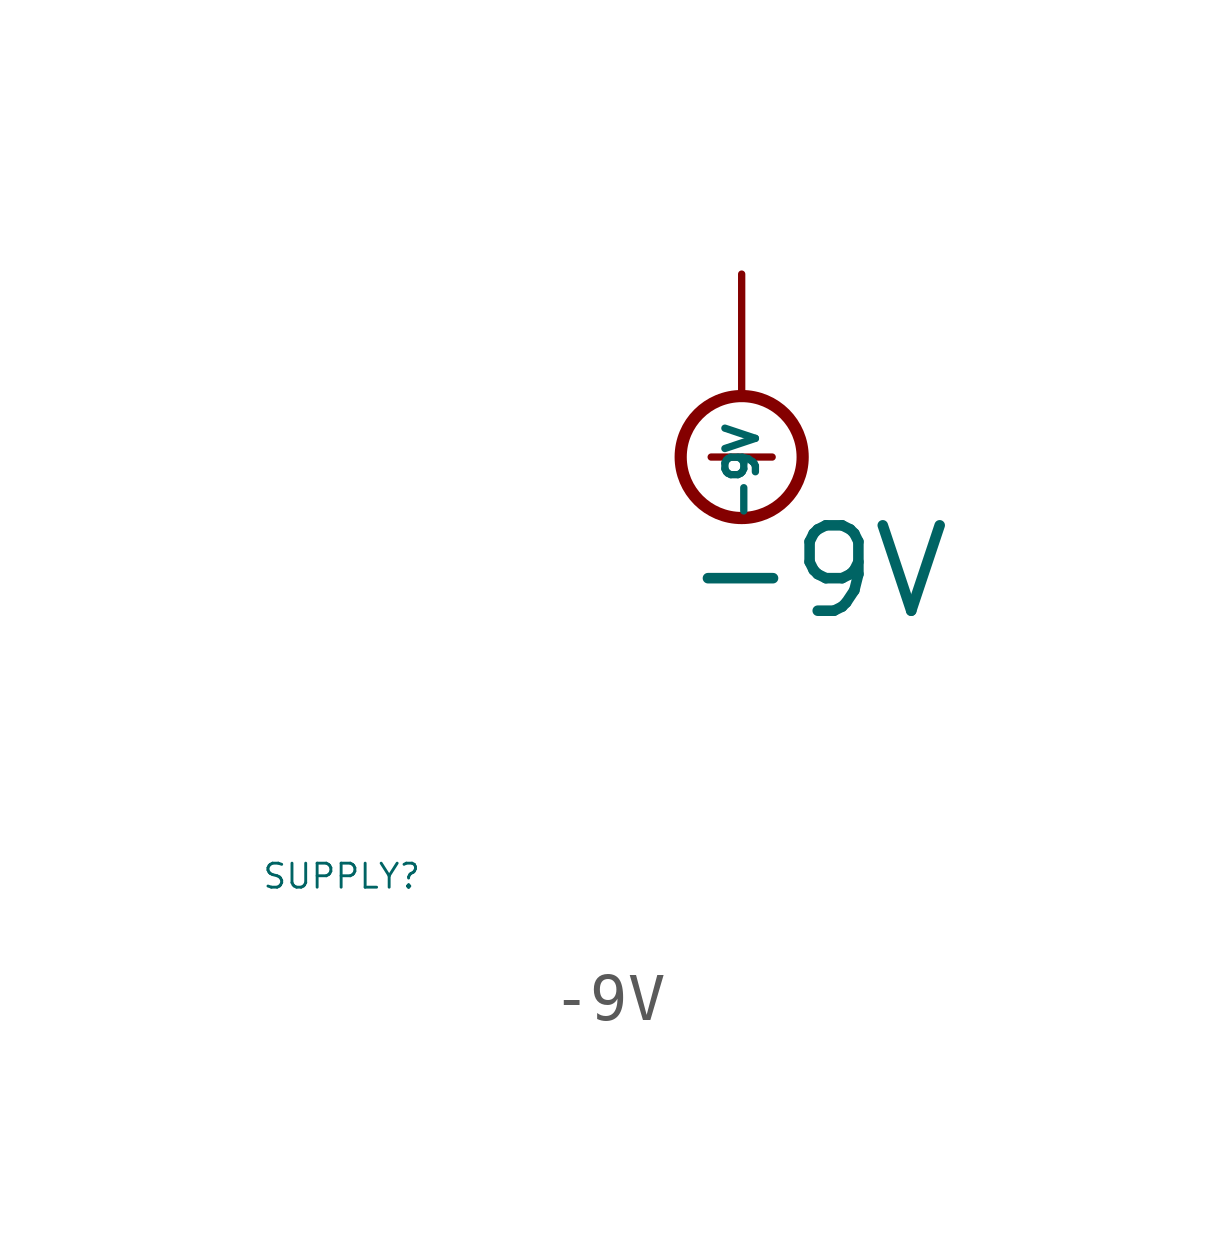
<source format=kicad_sym>
(kicad_symbol_lib
  (version 20220914)
  (generator Eagle2Kicad)
  (symbol "-9V"
    (property "Reference" "SUPPLY"
      (at -10 -10 0)
      (effects (font (size 0.5 0.5) (thickness 0.06)) (justify left)))
    (property "Value" "-9V"
      (at -1.27 -4.699 0)
      (effects (font (size 1.778 1.778) (thickness 0.22)) (justify left bottom)))
    (polyline
      (pts (xy -0.635 -1.27) (xy 0.635 -1.27))
      (stroke (width 0.152) (type default))
      (fill (type none)))
    (circle
      (center 0 -1.27)
      (radius 1.27)
      (stroke (width 0.254) (type default))
      (fill (type none)))
    (pin unspecified line
      (at 0 2.54 270)
      (length 2.54)
      (name "-9V" (effects (font (size 0.635 0.635) (thickness 0.08)) (justify left bottom)))
      (number "" (effects (font (size 0.635 0.635) (thickness 0.08)) (justify left bottom))))))
</source>
